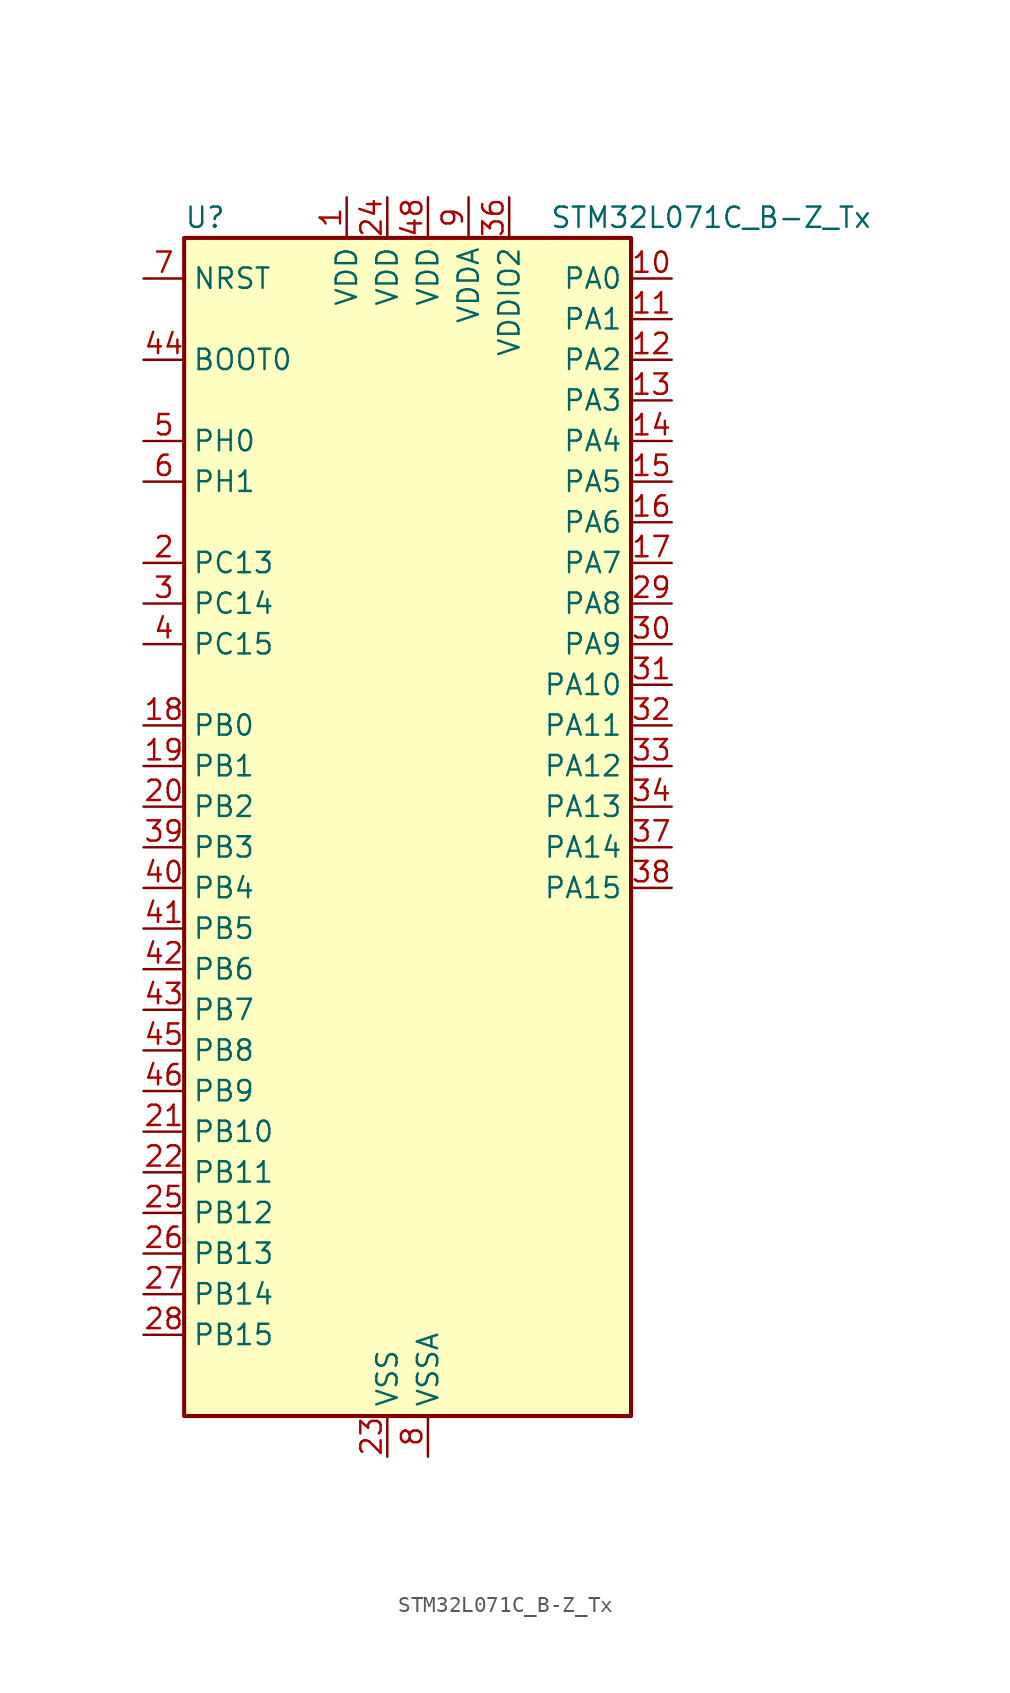
<source format=kicad_sym>
(kicad_symbol_lib
  (version 20220914)
  (generator kicad_symbol_editor)
  (symbol "STM32L071C_B-Z_Tx"
    (property "Reference" "U"
      (at -12.7 39.37 0)
      (effects (font (size 1.27 1.27)) (justify left)))
    (property "Value" "STM32L071C_B-Z_Tx"
      (at 10.16 39.37 0)
      (effects (font (size 1.27 1.27)) (justify left)))
    (property "ki_locked" ""
      (at 0 0 0)
      (effects (font (size 1.27 1.27))))
    (symbol "STM32L071C_B-Z_Tx_0_1"
      (rectangle (start -12.7 -35.56) (end 15.24 38.1) (stroke (width 0.254) (type default)) (fill (type background))))
    (symbol "STM32L071C_B-Z_Tx_1_1"
      (pin power_in line (at -2.54 40.64 270) (length 2.54) (name "VDD" (effects (font (size 1.27 1.27)))) (number "1" (effects (font (size 1.27 1.27)))))
      (pin bidirectional line (at 17.78 35.56 180) (length 2.54) (name "PA0" (effects (font (size 1.27 1.27)))) (number "10" (effects (font (size 1.27 1.27)))) (alternate "ADC_IN0" bidirectional line) (alternate "COMP1_INM" bidirectional line) (alternate "COMP1_OUT" bidirectional line) (alternate "RTC_TAMP2" bidirectional line) (alternate "SYS_WKUP1" bidirectional line) (alternate "TIM2_CH1" bidirectional line) (alternate "TIM2_ETR" bidirectional line) (alternate "USART2_CTS" bidirectional line) (alternate "USART4_TX" bidirectional line))
      (pin bidirectional line (at 17.78 33.02 180) (length 2.54) (name "PA1" (effects (font (size 1.27 1.27)))) (number "11" (effects (font (size 1.27 1.27)))) (alternate "ADC_IN1" bidirectional line) (alternate "COMP1_INP" bidirectional line) (alternate "TIM21_ETR" bidirectional line) (alternate "TIM2_CH2" bidirectional line) (alternate "USART2_DE" bidirectional line) (alternate "USART2_RTS" bidirectional line) (alternate "USART4_RX" bidirectional line))
      (pin bidirectional line (at 17.78 30.48 180) (length 2.54) (name "PA2" (effects (font (size 1.27 1.27)))) (number "12" (effects (font (size 1.27 1.27)))) (alternate "ADC_IN2" bidirectional line) (alternate "COMP2_INM" bidirectional line) (alternate "COMP2_OUT" bidirectional line) (alternate "LPUART1_TX" bidirectional line) (alternate "TIM21_CH1" bidirectional line) (alternate "TIM2_CH3" bidirectional line) (alternate "USART2_TX" bidirectional line))
      (pin bidirectional line (at 17.78 27.94 180) (length 2.54) (name "PA3" (effects (font (size 1.27 1.27)))) (number "13" (effects (font (size 1.27 1.27)))) (alternate "ADC_IN3" bidirectional line) (alternate "COMP2_INP" bidirectional line) (alternate "LPUART1_RX" bidirectional line) (alternate "TIM21_CH2" bidirectional line) (alternate "TIM2_CH4" bidirectional line) (alternate "USART2_RX" bidirectional line))
      (pin bidirectional line (at 17.78 25.4 180) (length 2.54) (name "PA4" (effects (font (size 1.27 1.27)))) (number "14" (effects (font (size 1.27 1.27)))) (alternate "ADC_IN4" bidirectional line) (alternate "COMP1_INM" bidirectional line) (alternate "COMP2_INM" bidirectional line) (alternate "SPI1_NSS" bidirectional line) (alternate "TIM22_ETR" bidirectional line) (alternate "USART2_CK" bidirectional line))
      (pin bidirectional line (at 17.78 22.86 180) (length 2.54) (name "PA5" (effects (font (size 1.27 1.27)))) (number "15" (effects (font (size 1.27 1.27)))) (alternate "ADC_IN5" bidirectional line) (alternate "COMP1_INM" bidirectional line) (alternate "COMP2_INM" bidirectional line) (alternate "SPI1_SCK" bidirectional line) (alternate "TIM2_CH1" bidirectional line) (alternate "TIM2_ETR" bidirectional line))
      (pin bidirectional line (at 17.78 20.32 180) (length 2.54) (name "PA6" (effects (font (size 1.27 1.27)))) (number "16" (effects (font (size 1.27 1.27)))) (alternate "ADC_IN6" bidirectional line) (alternate "COMP1_OUT" bidirectional line) (alternate "LPUART1_CTS" bidirectional line) (alternate "SPI1_MISO" bidirectional line) (alternate "TIM22_CH1" bidirectional line) (alternate "TIM3_CH1" bidirectional line))
      (pin bidirectional line (at 17.78 17.78 180) (length 2.54) (name "PA7" (effects (font (size 1.27 1.27)))) (number "17" (effects (font (size 1.27 1.27)))) (alternate "ADC_IN7" bidirectional line) (alternate "COMP2_OUT" bidirectional line) (alternate "SPI1_MOSI" bidirectional line) (alternate "TIM22_CH2" bidirectional line) (alternate "TIM3_CH2" bidirectional line))
      (pin bidirectional line (at -15.24 7.62 0) (length 2.54) (name "PB0" (effects (font (size 1.27 1.27)))) (number "18" (effects (font (size 1.27 1.27)))) (alternate "ADC_IN8" bidirectional line) (alternate "SYS_VREF_OUT_PB0" bidirectional line) (alternate "TIM3_CH3" bidirectional line))
      (pin bidirectional line (at -15.24 5.08 0) (length 2.54) (name "PB1" (effects (font (size 1.27 1.27)))) (number "19" (effects (font (size 1.27 1.27)))) (alternate "ADC_IN9" bidirectional line) (alternate "LPUART1_DE" bidirectional line) (alternate "LPUART1_RTS" bidirectional line) (alternate "SYS_VREF_OUT_PB1" bidirectional line) (alternate "TIM3_CH4" bidirectional line))
      (pin bidirectional line (at -15.24 17.78 0) (length 2.54) (name "PC13" (effects (font (size 1.27 1.27)))) (number "2" (effects (font (size 1.27 1.27)))) (alternate "RTC_OUT_ALARM" bidirectional line) (alternate "RTC_OUT_CALIB" bidirectional line) (alternate "RTC_TAMP1" bidirectional line) (alternate "RTC_TS" bidirectional line) (alternate "SYS_WKUP2" bidirectional line))
      (pin bidirectional line (at -15.24 2.54 0) (length 2.54) (name "PB2" (effects (font (size 1.27 1.27)))) (number "20" (effects (font (size 1.27 1.27)))) (alternate "I2C3_SMBA" bidirectional line) (alternate "LPTIM1_OUT" bidirectional line))
      (pin bidirectional line (at -15.24 -17.78 0) (length 2.54) (name "PB10" (effects (font (size 1.27 1.27)))) (number "21" (effects (font (size 1.27 1.27)))) (alternate "I2C2_SCL" bidirectional line) (alternate "LPUART1_RX" bidirectional line) (alternate "LPUART1_TX" bidirectional line) (alternate "SPI2_SCK" bidirectional line) (alternate "TIM2_CH3" bidirectional line))
      (pin bidirectional line (at -15.24 -20.32 0) (length 2.54) (name "PB11" (effects (font (size 1.27 1.27)))) (number "22" (effects (font (size 1.27 1.27)))) (alternate "ADC_EXTI11" bidirectional line) (alternate "I2C2_SDA" bidirectional line) (alternate "LPUART1_RX" bidirectional line) (alternate "LPUART1_TX" bidirectional line) (alternate "TIM2_CH4" bidirectional line))
      (pin power_in line (at 0 -38.1 90) (length 2.54) (name "VSS" (effects (font (size 1.27 1.27)))) (number "23" (effects (font (size 1.27 1.27)))))
      (pin power_in line (at 0 40.64 270) (length 2.54) (name "VDD" (effects (font (size 1.27 1.27)))) (number "24" (effects (font (size 1.27 1.27)))))
      (pin bidirectional line (at -15.24 -22.86 0) (length 2.54) (name "PB12" (effects (font (size 1.27 1.27)))) (number "25" (effects (font (size 1.27 1.27)))) (alternate "I2S2_WS" bidirectional line) (alternate "LPUART1_DE" bidirectional line) (alternate "LPUART1_RTS" bidirectional line) (alternate "SPI2_NSS" bidirectional line))
      (pin bidirectional line (at -15.24 -25.4 0) (length 2.54) (name "PB13" (effects (font (size 1.27 1.27)))) (number "26" (effects (font (size 1.27 1.27)))) (alternate "I2C2_SCL" bidirectional line) (alternate "I2S2_CK" bidirectional line) (alternate "LPUART1_CTS" bidirectional line) (alternate "RCC_MCO" bidirectional line) (alternate "SPI2_SCK" bidirectional line) (alternate "TIM21_CH1" bidirectional line))
      (pin bidirectional line (at -15.24 -27.94 0) (length 2.54) (name "PB14" (effects (font (size 1.27 1.27)))) (number "27" (effects (font (size 1.27 1.27)))) (alternate "I2C2_SDA" bidirectional line) (alternate "I2S2_MCK" bidirectional line) (alternate "LPUART1_DE" bidirectional line) (alternate "LPUART1_RTS" bidirectional line) (alternate "RTC_OUT_ALARM" bidirectional line) (alternate "RTC_OUT_CALIB" bidirectional line) (alternate "SPI2_MISO" bidirectional line) (alternate "TIM21_CH2" bidirectional line))
      (pin bidirectional line (at -15.24 -30.48 0) (length 2.54) (name "PB15" (effects (font (size 1.27 1.27)))) (number "28" (effects (font (size 1.27 1.27)))) (alternate "I2S2_SD" bidirectional line) (alternate "RTC_REFIN" bidirectional line) (alternate "SPI2_MOSI" bidirectional line))
      (pin bidirectional line (at 17.78 15.24 180) (length 2.54) (name "PA8" (effects (font (size 1.27 1.27)))) (number "29" (effects (font (size 1.27 1.27)))) (alternate "I2C3_SCL" bidirectional line) (alternate "RCC_MCO" bidirectional line) (alternate "USART1_CK" bidirectional line))
      (pin bidirectional line (at -15.24 15.24 0) (length 2.54) (name "PC14" (effects (font (size 1.27 1.27)))) (number "3" (effects (font (size 1.27 1.27)))) (alternate "RCC_OSC32_IN" bidirectional line))
      (pin bidirectional line (at 17.78 12.7 180) (length 2.54) (name "PA9" (effects (font (size 1.27 1.27)))) (number "30" (effects (font (size 1.27 1.27)))) (alternate "I2C1_SCL" bidirectional line) (alternate "I2C3_SMBA" bidirectional line) (alternate "RCC_MCO" bidirectional line) (alternate "USART1_TX" bidirectional line))
      (pin bidirectional line (at 17.78 10.16 180) (length 2.54) (name "PA10" (effects (font (size 1.27 1.27)))) (number "31" (effects (font (size 1.27 1.27)))) (alternate "I2C1_SDA" bidirectional line) (alternate "USART1_RX" bidirectional line))
      (pin bidirectional line (at 17.78 7.62 180) (length 2.54) (name "PA11" (effects (font (size 1.27 1.27)))) (number "32" (effects (font (size 1.27 1.27)))) (alternate "ADC_EXTI11" bidirectional line) (alternate "COMP1_OUT" bidirectional line) (alternate "SPI1_MISO" bidirectional line) (alternate "USART1_CTS" bidirectional line))
      (pin bidirectional line (at 17.78 5.08 180) (length 2.54) (name "PA12" (effects (font (size 1.27 1.27)))) (number "33" (effects (font (size 1.27 1.27)))) (alternate "COMP2_OUT" bidirectional line) (alternate "SPI1_MOSI" bidirectional line) (alternate "USART1_DE" bidirectional line) (alternate "USART1_RTS" bidirectional line))
      (pin bidirectional line (at 17.78 2.54 180) (length 2.54) (name "PA13" (effects (font (size 1.27 1.27)))) (number "34" (effects (font (size 1.27 1.27)))) (alternate "LPUART1_RX" bidirectional line) (alternate "SYS_SWDIO" bidirectional line))
      (pin passive line (at 0 -38.1 90) (length 2.54) hide (name "VSS" (effects (font (size 1.27 1.27)))) (number "35" (effects (font (size 1.27 1.27)))))
      (pin power_in line (at 7.62 40.64 270) (length 2.54) (name "VDDIO2" (effects (font (size 1.27 1.27)))) (number "36" (effects (font (size 1.27 1.27)))))
      (pin bidirectional line (at 17.78 0 180) (length 2.54) (name "PA14" (effects (font (size 1.27 1.27)))) (number "37" (effects (font (size 1.27 1.27)))) (alternate "LPUART1_TX" bidirectional line) (alternate "SYS_SWCLK" bidirectional line) (alternate "USART2_TX" bidirectional line))
      (pin bidirectional line (at 17.78 -2.54 180) (length 2.54) (name "PA15" (effects (font (size 1.27 1.27)))) (number "38" (effects (font (size 1.27 1.27)))) (alternate "SPI1_NSS" bidirectional line) (alternate "TIM2_CH1" bidirectional line) (alternate "TIM2_ETR" bidirectional line) (alternate "USART2_RX" bidirectional line) (alternate "USART4_DE" bidirectional line) (alternate "USART4_RTS" bidirectional line))
      (pin bidirectional line (at -15.24 0 0) (length 2.54) (name "PB3" (effects (font (size 1.27 1.27)))) (number "39" (effects (font (size 1.27 1.27)))) (alternate "COMP2_INM" bidirectional line) (alternate "SPI1_SCK" bidirectional line) (alternate "TIM2_CH2" bidirectional line) (alternate "USART1_DE" bidirectional line) (alternate "USART1_RTS" bidirectional line) (alternate "USART5_TX" bidirectional line))
      (pin bidirectional line (at -15.24 12.7 0) (length 2.54) (name "PC15" (effects (font (size 1.27 1.27)))) (number "4" (effects (font (size 1.27 1.27)))) (alternate "RCC_OSC32_OUT" bidirectional line))
      (pin bidirectional line (at -15.24 -2.54 0) (length 2.54) (name "PB4" (effects (font (size 1.27 1.27)))) (number "40" (effects (font (size 1.27 1.27)))) (alternate "COMP2_INP" bidirectional line) (alternate "I2C3_SDA" bidirectional line) (alternate "SPI1_MISO" bidirectional line) (alternate "TIM22_CH1" bidirectional line) (alternate "TIM3_CH1" bidirectional line) (alternate "USART1_CTS" bidirectional line) (alternate "USART5_RX" bidirectional line))
      (pin bidirectional line (at -15.24 -5.08 0) (length 2.54) (name "PB5" (effects (font (size 1.27 1.27)))) (number "41" (effects (font (size 1.27 1.27)))) (alternate "COMP2_INP" bidirectional line) (alternate "I2C1_SMBA" bidirectional line) (alternate "LPTIM1_IN1" bidirectional line) (alternate "SPI1_MOSI" bidirectional line) (alternate "TIM22_CH2" bidirectional line) (alternate "TIM3_CH2" bidirectional line) (alternate "USART1_CK" bidirectional line) (alternate "USART5_CK" bidirectional line) (alternate "USART5_DE" bidirectional line) (alternate "USART5_RTS" bidirectional line))
      (pin bidirectional line (at -15.24 -7.62 0) (length 2.54) (name "PB6" (effects (font (size 1.27 1.27)))) (number "42" (effects (font (size 1.27 1.27)))) (alternate "COMP2_INP" bidirectional line) (alternate "I2C1_SCL" bidirectional line) (alternate "LPTIM1_ETR" bidirectional line) (alternate "USART1_TX" bidirectional line))
      (pin bidirectional line (at -15.24 -10.16 0) (length 2.54) (name "PB7" (effects (font (size 1.27 1.27)))) (number "43" (effects (font (size 1.27 1.27)))) (alternate "COMP2_INP" bidirectional line) (alternate "I2C1_SDA" bidirectional line) (alternate "LPTIM1_IN2" bidirectional line) (alternate "SYS_PVD_IN" bidirectional line) (alternate "USART1_RX" bidirectional line) (alternate "USART4_CTS" bidirectional line))
      (pin input line (at -15.24 30.48 0) (length 2.54) (name "BOOT0" (effects (font (size 1.27 1.27)))) (number "44" (effects (font (size 1.27 1.27)))))
      (pin bidirectional line (at -15.24 -12.7 0) (length 2.54) (name "PB8" (effects (font (size 1.27 1.27)))) (number "45" (effects (font (size 1.27 1.27)))) (alternate "I2C1_SCL" bidirectional line))
      (pin bidirectional line (at -15.24 -15.24 0) (length 2.54) (name "PB9" (effects (font (size 1.27 1.27)))) (number "46" (effects (font (size 1.27 1.27)))) (alternate "I2C1_SDA" bidirectional line) (alternate "I2S2_WS" bidirectional line) (alternate "SPI2_NSS" bidirectional line))
      (pin passive line (at 0 -38.1 90) (length 2.54) hide (name "VSS" (effects (font (size 1.27 1.27)))) (number "47" (effects (font (size 1.27 1.27)))))
      (pin power_in line (at 2.54 40.64 270) (length 2.54) (name "VDD" (effects (font (size 1.27 1.27)))) (number "48" (effects (font (size 1.27 1.27)))))
      (pin bidirectional line (at -15.24 25.4 0) (length 2.54) (name "PH0" (effects (font (size 1.27 1.27)))) (number "5" (effects (font (size 1.27 1.27)))) (alternate "RCC_OSC_IN" bidirectional line))
      (pin bidirectional line (at -15.24 22.86 0) (length 2.54) (name "PH1" (effects (font (size 1.27 1.27)))) (number "6" (effects (font (size 1.27 1.27)))) (alternate "RCC_OSC_OUT" bidirectional line))
      (pin input line (at -15.24 35.56 0) (length 2.54) (name "NRST" (effects (font (size 1.27 1.27)))) (number "7" (effects (font (size 1.27 1.27)))))
      (pin power_in line (at 2.54 -38.1 90) (length 2.54) (name "VSSA" (effects (font (size 1.27 1.27)))) (number "8" (effects (font (size 1.27 1.27)))))
      (pin power_in line (at 5.08 40.64 270) (length 2.54) (name "VDDA" (effects (font (size 1.27 1.27)))) (number "9" (effects (font (size 1.27 1.27))))))))
</source>
